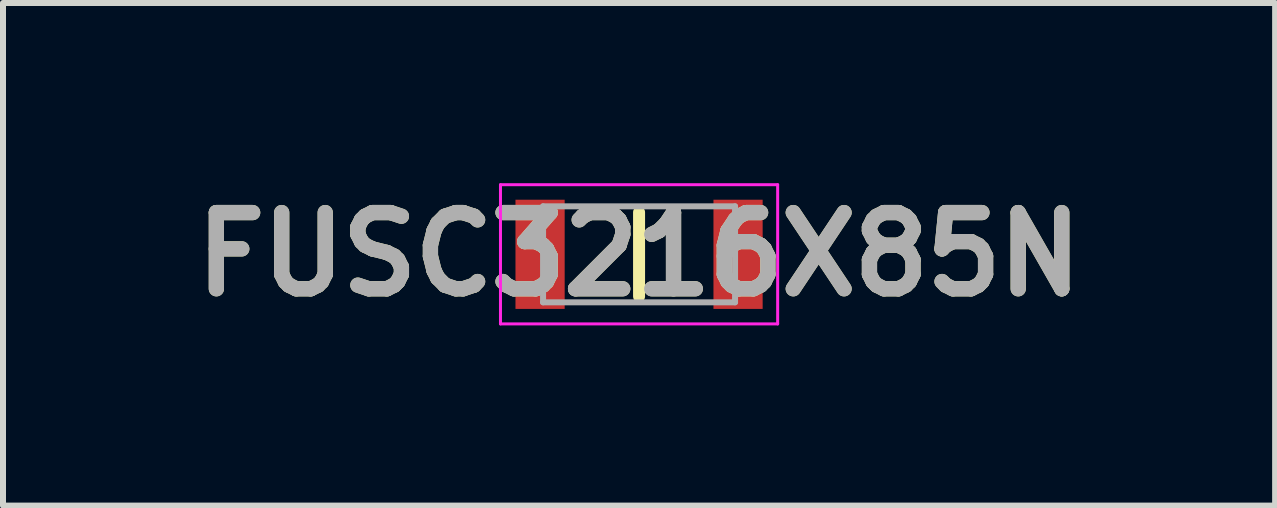
<source format=kicad_pcb>
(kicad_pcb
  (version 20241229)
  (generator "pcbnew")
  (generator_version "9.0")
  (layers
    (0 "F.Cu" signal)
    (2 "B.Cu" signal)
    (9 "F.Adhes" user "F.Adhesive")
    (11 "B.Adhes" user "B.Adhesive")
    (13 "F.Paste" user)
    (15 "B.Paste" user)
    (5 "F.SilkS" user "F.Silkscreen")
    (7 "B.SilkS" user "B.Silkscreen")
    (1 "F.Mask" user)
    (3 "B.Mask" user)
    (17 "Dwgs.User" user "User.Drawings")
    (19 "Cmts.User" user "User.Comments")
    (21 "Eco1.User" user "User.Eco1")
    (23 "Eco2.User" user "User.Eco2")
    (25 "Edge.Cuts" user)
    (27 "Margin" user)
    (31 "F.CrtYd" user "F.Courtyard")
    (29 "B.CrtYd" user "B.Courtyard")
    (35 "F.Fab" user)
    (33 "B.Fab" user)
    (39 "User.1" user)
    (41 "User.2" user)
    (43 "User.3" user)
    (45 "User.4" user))
  (footprint "FUSC3216X85N"
    (layer "F.Cu")
    (at 7.602 1.189)
    (property "Reference" "FUSC3216X85N" (at 0 0 0) (layer "F.SilkS") (effects (font (size 1.27 1.27) (thickness 0.254))))
    (attr smd)
    (fp_line (start 0 -0.7) (end 0 0.7) (stroke (width 0.2) (type solid)) (layer "F.SilkS"))
    (fp_line (start -2.31 -1.16) (end 2.31 -1.16) (stroke (width 0.05) (type solid)) (layer "F.CrtYd"))
    (fp_line (start -2.31 1.16) (end -2.31 -1.16) (stroke (width 0.05) (type solid)) (layer "F.CrtYd"))
    (fp_line (start 2.31 -1.16) (end 2.31 1.16) (stroke (width 0.05) (type solid)) (layer "F.CrtYd"))
    (fp_line (start 2.31 1.16) (end -2.31 1.16) (stroke (width 0.05) (type solid)) (layer "F.CrtYd"))
    (fp_line (start -1.6 -0.8) (end 1.6 -0.8) (stroke (width 0.1) (type solid)) (layer "F.Fab"))
    (fp_line (start -1.6 0.8) (end -1.6 -0.8) (stroke (width 0.1) (type solid)) (layer "F.Fab"))
    (fp_line (start 1.6 -0.8) (end 1.6 0.8) (stroke (width 0.1) (type solid)) (layer "F.Fab"))
    (fp_line (start 1.6 0.8) (end -1.6 0.8) (stroke (width 0.1) (type solid)) (layer "F.Fab"))
    (fp_text user "${REFERENCE}" (at 0 0 0) (layer "F.Fab") (effects (font (size 1.27 1.27) (thickness 0.254))))
    (pad "1" smd rect (at -1.65 0) (size 0.82 1.82) (layers "F.Cu" "F.Mask" "F.Paste"))
    (pad "2" smd rect (at 1.65 0) (size 0.82 1.82) (layers "F.Cu" "F.Mask" "F.Paste")))
  (gr_rect
    (start -3 -3)
    (end 18.204 5.377)
    (stroke (width 0.1) (type default))
    (fill no)
    (layer "Edge.Cuts")))
</source>
